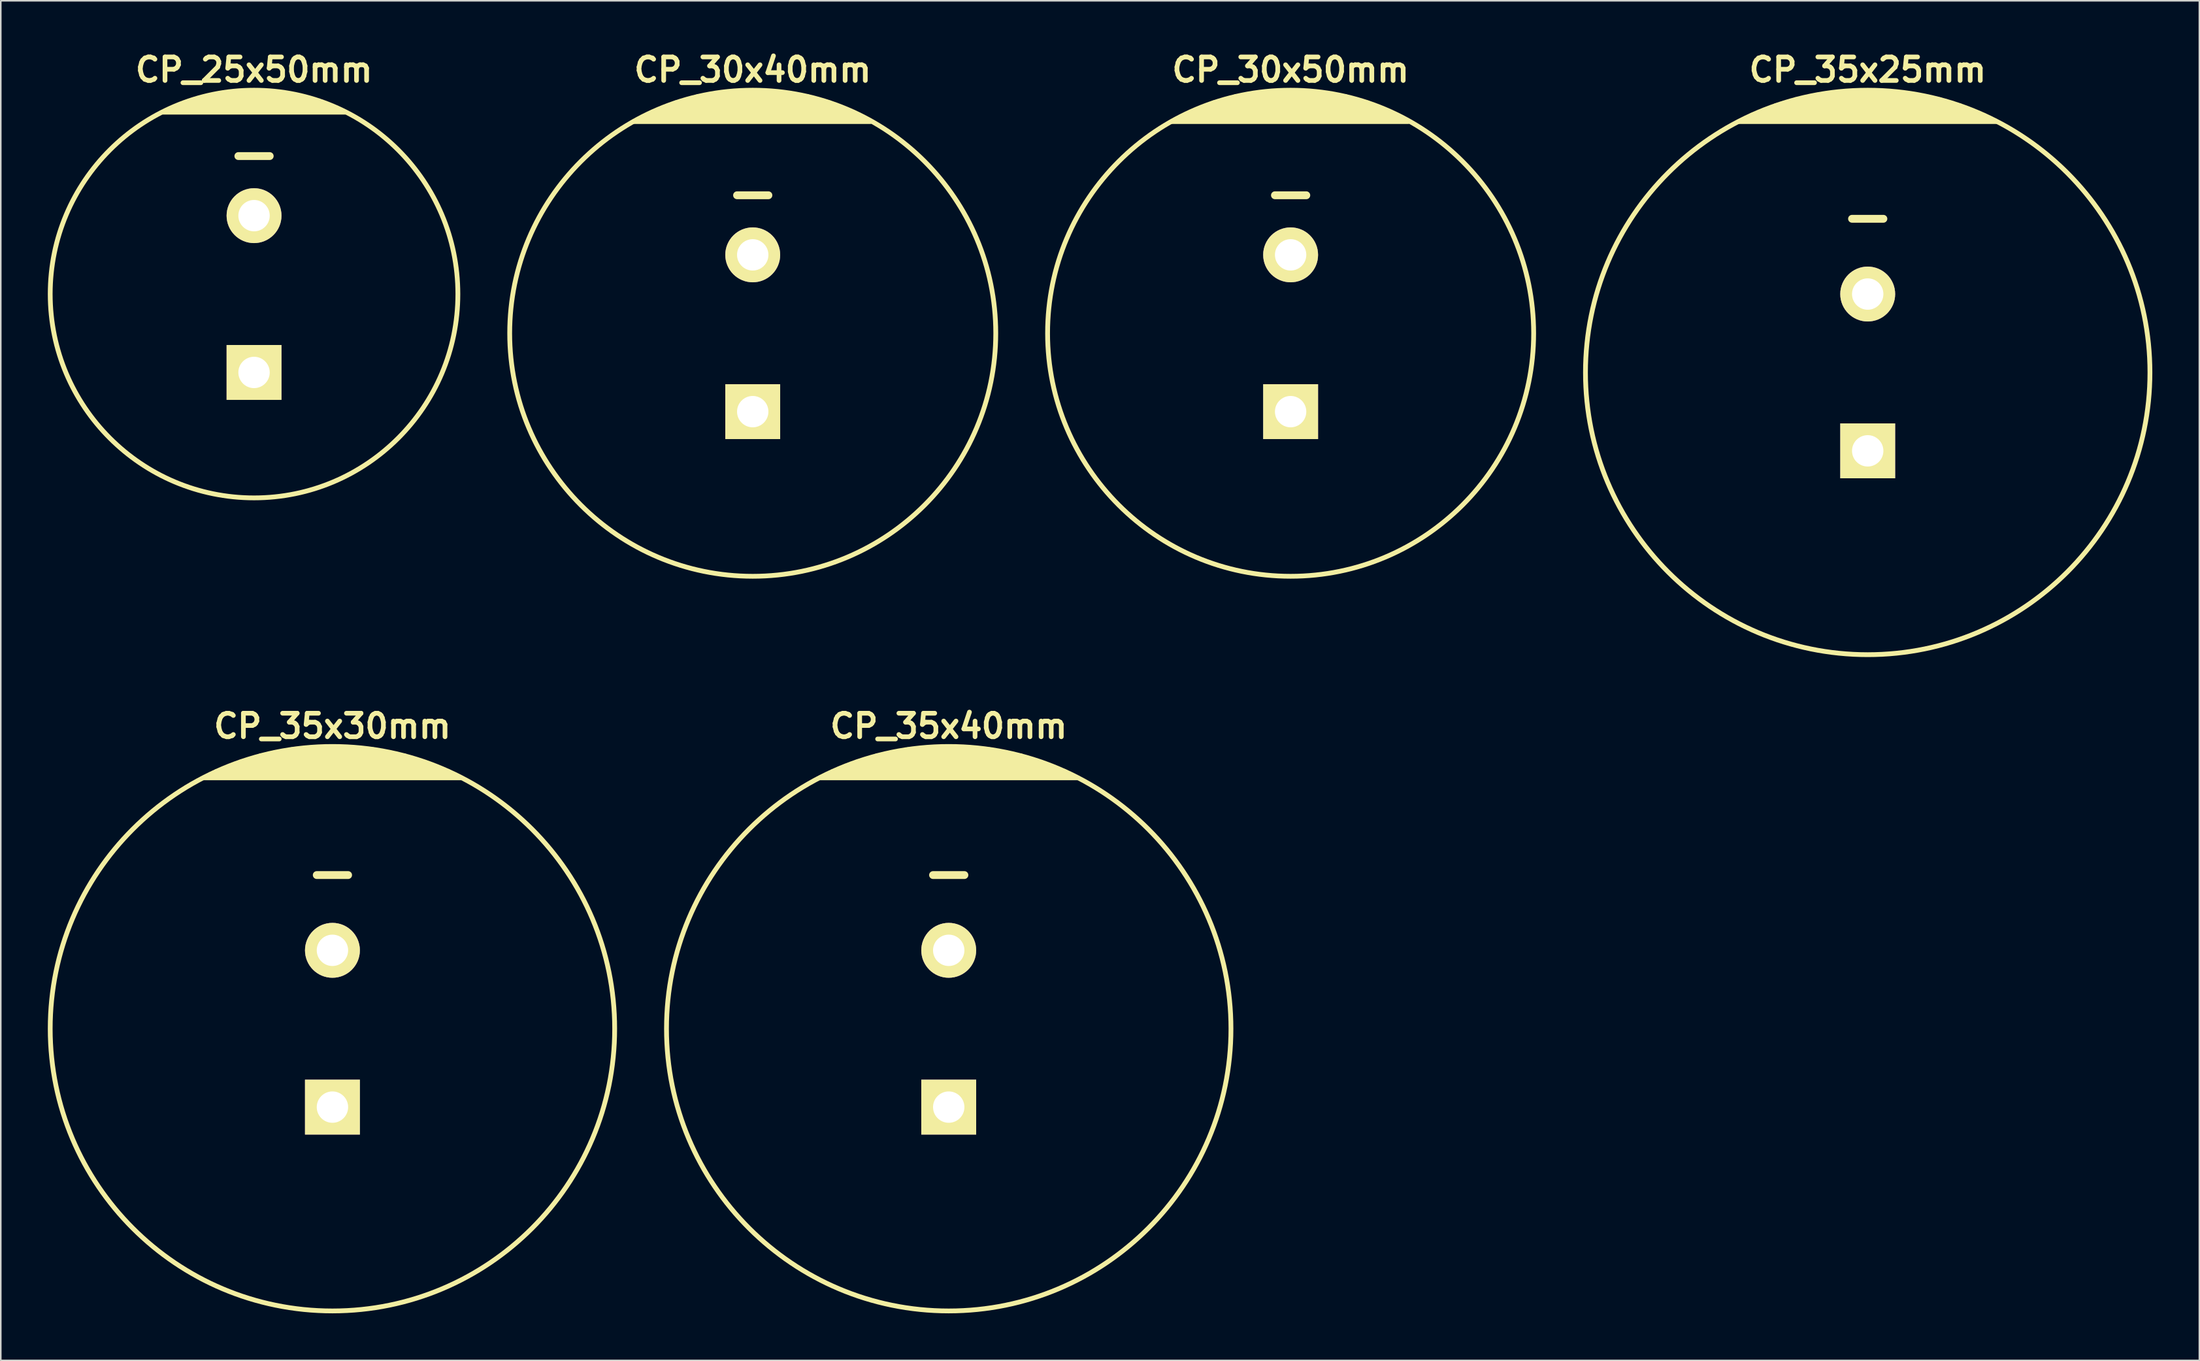
<source format=kicad_pcb>
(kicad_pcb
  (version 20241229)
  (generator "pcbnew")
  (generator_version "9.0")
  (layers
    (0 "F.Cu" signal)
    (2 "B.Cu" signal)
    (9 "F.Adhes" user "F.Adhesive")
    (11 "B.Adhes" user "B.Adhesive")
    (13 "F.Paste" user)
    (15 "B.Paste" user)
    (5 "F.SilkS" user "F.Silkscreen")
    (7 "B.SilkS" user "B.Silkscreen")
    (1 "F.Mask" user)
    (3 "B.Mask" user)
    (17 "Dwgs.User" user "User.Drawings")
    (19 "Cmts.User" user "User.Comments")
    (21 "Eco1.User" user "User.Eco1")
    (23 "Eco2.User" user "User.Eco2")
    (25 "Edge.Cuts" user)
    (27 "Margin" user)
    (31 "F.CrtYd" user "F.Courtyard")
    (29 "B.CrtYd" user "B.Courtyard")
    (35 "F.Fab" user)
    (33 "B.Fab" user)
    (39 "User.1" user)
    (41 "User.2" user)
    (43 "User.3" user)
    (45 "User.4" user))
  (footprint "CP_35x40mm"
    (layer "F.Cu")
    (at 57.457 62.56)
    (property "Reference" "CP_35x40mm" (at 0 -19.3 0) (layer "F.SilkS") (effects (font (size 1.5 1.5) (thickness 0.3))))
    (attr through_hole)
    (fp_line (start -8.2 -16) (end 8.2 -16) (stroke (width 0.305) (type solid)) (layer "F.SilkS"))
    (fp_line (start -7.8 -16.2) (end 7.8 -16.2) (stroke (width 0.305) (type solid)) (layer "F.SilkS"))
    (fp_line (start -7.4 -16.4) (end 7.4 -16.4) (stroke (width 0.305) (type solid)) (layer "F.SilkS"))
    (fp_line (start -6.9 -16.6) (end 6.9 -16.6) (stroke (width 0.305) (type solid)) (layer "F.SilkS"))
    (fp_line (start -6.4 -16.8) (end 6.4 -16.8) (stroke (width 0.305) (type solid)) (layer "F.SilkS"))
    (fp_line (start -5.9 -17) (end 5.9 -17) (stroke (width 0.305) (type solid)) (layer "F.SilkS"))
    (fp_line (start -5.2 -17.2) (end 5.2 -17.2) (stroke (width 0.305) (type solid)) (layer "F.SilkS"))
    (fp_line (start -4.6 -17.4) (end 4.6 -17.4) (stroke (width 0.305) (type solid)) (layer "F.SilkS"))
    (fp_line (start -3.7 -17.6) (end 3.7 -17.6) (stroke (width 0.305) (type solid)) (layer "F.SilkS"))
    (fp_line (start -2.6 -17.8) (end 2.6 -17.8) (stroke (width 0.305) (type solid)) (layer "F.SilkS"))
    (fp_line (start -1 -9.8) (end 1 -9.8) (stroke (width 0.5) (type solid)) (layer "F.SilkS"))
    (fp_circle (center 0 0) (end -18 0) (stroke (width 0.305) (type solid)) (fill no) (layer "F.SilkS"))
    (pad "1" thru_hole rect (at 0 5) (size 3.5 3.5) (drill 2) (layers "*.Cu" "*.Mask" "F.SilkS"))
    (pad "2" thru_hole circle (at 0 -5) (size 3.5 3.5) (drill 2) (layers "*.Cu" "*.Mask" "F.SilkS")))
  (footprint "CP_25x50mm"
    (layer "F.Cu")
    (at 13.152 15.704)
    (property "Reference" "CP_25x50mm" (at 0 -14.3 0) (layer "F.SilkS") (effects (font (size 1.5 1.5) (thickness 0.3))))
    (attr through_hole)
    (fp_line (start -5.8 -11.6) (end 5.8 -11.6) (stroke (width 0.305) (type solid)) (layer "F.SilkS"))
    (fp_line (start -4.9 -12) (end 4.9 -12) (stroke (width 0.305) (type solid)) (layer "F.SilkS"))
    (fp_line (start -3.8 -12.4) (end 3.8 -12.4) (stroke (width 0.305) (type solid)) (layer "F.SilkS"))
    (fp_line (start -2.2 -12.8) (end 2.1 -12.8) (stroke (width 0.305) (type solid)) (layer "F.SilkS"))
    (fp_line (start -1 -8.8) (end 1 -8.8) (stroke (width 0.5) (type solid)) (layer "F.SilkS"))
    (fp_line (start 3 -12.6) (end -3.1 -12.6) (stroke (width 0.305) (type solid)) (layer "F.SilkS"))
    (fp_line (start 4.4 -12.2) (end -4.4 -12.2) (stroke (width 0.305) (type solid)) (layer "F.SilkS"))
    (fp_line (start 5.4 -11.8) (end -5.3 -11.8) (stroke (width 0.305) (type solid)) (layer "F.SilkS"))
    (fp_circle (center 0 0) (end -13 0) (stroke (width 0.305) (type solid)) (fill no) (layer "F.SilkS"))
    (pad "1" thru_hole rect (at 0 5) (size 3.5 3.5) (drill 2) (layers "*.Cu" "*.Mask" "F.SilkS"))
    (pad "2" thru_hole circle (at 0 -5) (size 3.5 3.5) (drill 2) (layers "*.Cu" "*.Mask" "F.SilkS")))
  (footprint "CP_35x30mm"
    (layer "F.Cu")
    (at 18.152 62.56)
    (property "Reference" "CP_35x30mm" (at 0 -19.3 0) (layer "F.SilkS") (effects (font (size 1.5 1.5) (thickness 0.3))))
    (attr through_hole)
    (fp_line (start -8.2 -16) (end 8.2 -16) (stroke (width 0.305) (type solid)) (layer "F.SilkS"))
    (fp_line (start -7.8 -16.2) (end 7.8 -16.2) (stroke (width 0.305) (type solid)) (layer "F.SilkS"))
    (fp_line (start -7.4 -16.4) (end 7.4 -16.4) (stroke (width 0.305) (type solid)) (layer "F.SilkS"))
    (fp_line (start -6.9 -16.6) (end 6.9 -16.6) (stroke (width 0.305) (type solid)) (layer "F.SilkS"))
    (fp_line (start -6.4 -16.8) (end 6.4 -16.8) (stroke (width 0.305) (type solid)) (layer "F.SilkS"))
    (fp_line (start -5.9 -17) (end 5.9 -17) (stroke (width 0.305) (type solid)) (layer "F.SilkS"))
    (fp_line (start -5.2 -17.2) (end 5.2 -17.2) (stroke (width 0.305) (type solid)) (layer "F.SilkS"))
    (fp_line (start -4.6 -17.4) (end 4.6 -17.4) (stroke (width 0.305) (type solid)) (layer "F.SilkS"))
    (fp_line (start -3.7 -17.6) (end 3.7 -17.6) (stroke (width 0.305) (type solid)) (layer "F.SilkS"))
    (fp_line (start -2.6 -17.8) (end 2.6 -17.8) (stroke (width 0.305) (type solid)) (layer "F.SilkS"))
    (fp_line (start -1 -9.8) (end 1 -9.8) (stroke (width 0.5) (type solid)) (layer "F.SilkS"))
    (fp_circle (center 0 0) (end -18 0) (stroke (width 0.305) (type solid)) (fill no) (layer "F.SilkS"))
    (pad "1" thru_hole rect (at 0 5) (size 3.5 3.5) (drill 2) (layers "*.Cu" "*.Mask" "F.SilkS"))
    (pad "2" thru_hole circle (at 0 -5) (size 3.5 3.5) (drill 2) (layers "*.Cu" "*.Mask" "F.SilkS")))
  (footprint "CP_30x50mm"
    (layer "F.Cu")
    (at 79.262 18.204)
    (property "Reference" "CP_30x50mm" (at 0 -16.8 0) (layer "F.SilkS") (effects (font (size 1.5 1.5) (thickness 0.3))))
    (attr through_hole)
    (fp_line (start -7.6 -13.5) (end 7.5 -13.5) (stroke (width 0.305) (type solid)) (layer "F.SilkS"))
    (fp_line (start -6.8 -13.9) (end 6.8 -13.9) (stroke (width 0.305) (type solid)) (layer "F.SilkS"))
    (fp_line (start -6.4 -14.1) (end 6.4 -14.1) (stroke (width 0.305) (type solid)) (layer "F.SilkS"))
    (fp_line (start -5.4 -14.5) (end 5.4 -14.5) (stroke (width 0.305) (type solid)) (layer "F.SilkS"))
    (fp_line (start -4.9 -14.7) (end 4.9 -14.7) (stroke (width 0.305) (type solid)) (layer "F.SilkS"))
    (fp_line (start -4.2 -14.9) (end 4.2 -14.9) (stroke (width 0.305) (type solid)) (layer "F.SilkS"))
    (fp_line (start -3.5 -15.1) (end 3.5 -15.1) (stroke (width 0.305) (type solid)) (layer "F.SilkS"))
    (fp_line (start -2.4 -15.3) (end 2.4 -15.3) (stroke (width 0.305) (type solid)) (layer "F.SilkS"))
    (fp_line (start -1 -8.8) (end 1 -8.8) (stroke (width 0.5) (type solid)) (layer "F.SilkS"))
    (fp_line (start 5.9 -14.3) (end -5.9 -14.3) (stroke (width 0.305) (type solid)) (layer "F.SilkS"))
    (fp_line (start 7.2 -13.7) (end -7.2 -13.7) (stroke (width 0.305) (type solid)) (layer "F.SilkS"))
    (fp_circle (center 0 0) (end -15.5 0) (stroke (width 0.305) (type solid)) (fill no) (layer "F.SilkS"))
    (pad "1" thru_hole rect (at 0 5) (size 3.5 3.5) (drill 2) (layers "*.Cu" "*.Mask" "F.SilkS"))
    (pad "2" thru_hole circle (at 0 -5) (size 3.5 3.5) (drill 2) (layers "*.Cu" "*.Mask" "F.SilkS")))
  (footprint "CP_35x25mm"
    (layer "F.Cu")
    (at 116.067 20.704)
    (property "Reference" "CP_35x25mm" (at 0 -19.3 0) (layer "F.SilkS") (effects (font (size 1.5 1.5) (thickness 0.3))))
    (attr through_hole)
    (fp_line (start -8.2 -16) (end 8.2 -16) (stroke (width 0.305) (type solid)) (layer "F.SilkS"))
    (fp_line (start -7.8 -16.2) (end 7.8 -16.2) (stroke (width 0.305) (type solid)) (layer "F.SilkS"))
    (fp_line (start -7.4 -16.4) (end 7.4 -16.4) (stroke (width 0.305) (type solid)) (layer "F.SilkS"))
    (fp_line (start -6.9 -16.6) (end 6.9 -16.6) (stroke (width 0.305) (type solid)) (layer "F.SilkS"))
    (fp_line (start -6.4 -16.8) (end 6.4 -16.8) (stroke (width 0.305) (type solid)) (layer "F.SilkS"))
    (fp_line (start -5.9 -17) (end 5.9 -17) (stroke (width 0.305) (type solid)) (layer "F.SilkS"))
    (fp_line (start -5.2 -17.2) (end 5.2 -17.2) (stroke (width 0.305) (type solid)) (layer "F.SilkS"))
    (fp_line (start -4.6 -17.4) (end 4.6 -17.4) (stroke (width 0.305) (type solid)) (layer "F.SilkS"))
    (fp_line (start -3.7 -17.6) (end 3.7 -17.6) (stroke (width 0.305) (type solid)) (layer "F.SilkS"))
    (fp_line (start -2.6 -17.8) (end 2.6 -17.8) (stroke (width 0.305) (type solid)) (layer "F.SilkS"))
    (fp_line (start -1 -9.8) (end 1 -9.8) (stroke (width 0.5) (type solid)) (layer "F.SilkS"))
    (fp_circle (center 0 0) (end -18 0) (stroke (width 0.305) (type solid)) (fill no) (layer "F.SilkS"))
    (pad "1" thru_hole rect (at 0 5) (size 3.5 3.5) (drill 2) (layers "*.Cu" "*.Mask" "F.SilkS"))
    (pad "2" thru_hole circle (at 0 -5) (size 3.5 3.5) (drill 2) (layers "*.Cu" "*.Mask" "F.SilkS")))
  (footprint "CP_30x40mm"
    (layer "F.Cu")
    (at 44.957 18.204)
    (property "Reference" "CP_30x40mm" (at 0 -16.8 0) (layer "F.SilkS") (effects (font (size 1.5 1.5) (thickness 0.3))))
    (attr through_hole)
    (fp_line (start -7.6 -13.5) (end 7.5 -13.5) (stroke (width 0.305) (type solid)) (layer "F.SilkS"))
    (fp_line (start -6.8 -13.9) (end 6.8 -13.9) (stroke (width 0.305) (type solid)) (layer "F.SilkS"))
    (fp_line (start -6.4 -14.1) (end 6.4 -14.1) (stroke (width 0.305) (type solid)) (layer "F.SilkS"))
    (fp_line (start -5.4 -14.5) (end 5.4 -14.5) (stroke (width 0.305) (type solid)) (layer "F.SilkS"))
    (fp_line (start -4.9 -14.7) (end 4.9 -14.7) (stroke (width 0.305) (type solid)) (layer "F.SilkS"))
    (fp_line (start -4.2 -14.9) (end 4.2 -14.9) (stroke (width 0.305) (type solid)) (layer "F.SilkS"))
    (fp_line (start -3.5 -15.1) (end 3.5 -15.1) (stroke (width 0.305) (type solid)) (layer "F.SilkS"))
    (fp_line (start -2.4 -15.3) (end 2.4 -15.3) (stroke (width 0.305) (type solid)) (layer "F.SilkS"))
    (fp_line (start -1 -8.8) (end 1 -8.8) (stroke (width 0.5) (type solid)) (layer "F.SilkS"))
    (fp_line (start 5.9 -14.3) (end -5.9 -14.3) (stroke (width 0.305) (type solid)) (layer "F.SilkS"))
    (fp_line (start 7.2 -13.7) (end -7.2 -13.7) (stroke (width 0.305) (type solid)) (layer "F.SilkS"))
    (fp_circle (center 0 0) (end -15.5 0) (stroke (width 0.305) (type solid)) (fill no) (layer "F.SilkS"))
    (pad "1" thru_hole rect (at 0 5) (size 3.5 3.5) (drill 2) (layers "*.Cu" "*.Mask" "F.SilkS"))
    (pad "2" thru_hole circle (at 0 -5) (size 3.5 3.5) (drill 2) (layers "*.Cu" "*.Mask" "F.SilkS")))
  (gr_rect
    (start -3 -3)
    (end 137.219 83.713)
    (stroke (width 0.1) (type default))
    (fill no)
    (layer "Edge.Cuts")))
</source>
